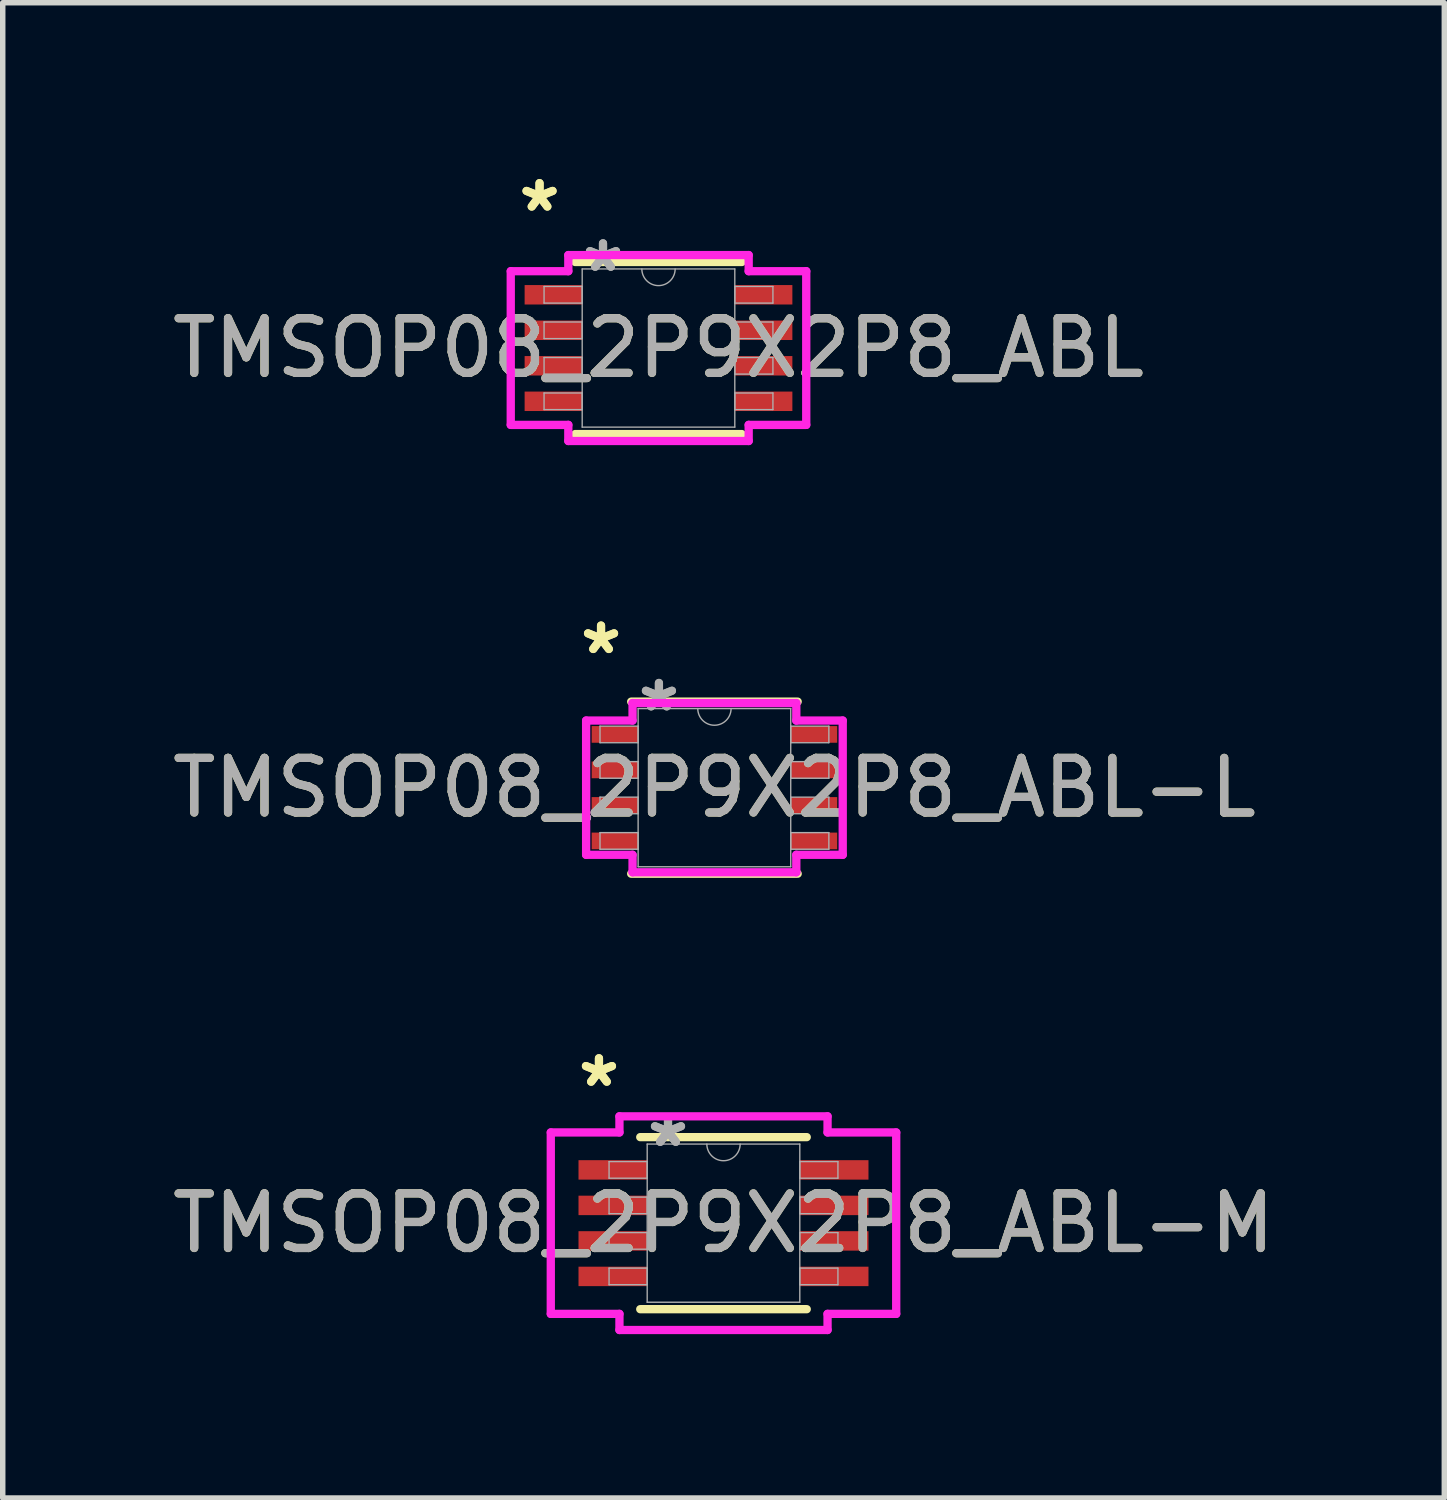
<source format=kicad_pcb>
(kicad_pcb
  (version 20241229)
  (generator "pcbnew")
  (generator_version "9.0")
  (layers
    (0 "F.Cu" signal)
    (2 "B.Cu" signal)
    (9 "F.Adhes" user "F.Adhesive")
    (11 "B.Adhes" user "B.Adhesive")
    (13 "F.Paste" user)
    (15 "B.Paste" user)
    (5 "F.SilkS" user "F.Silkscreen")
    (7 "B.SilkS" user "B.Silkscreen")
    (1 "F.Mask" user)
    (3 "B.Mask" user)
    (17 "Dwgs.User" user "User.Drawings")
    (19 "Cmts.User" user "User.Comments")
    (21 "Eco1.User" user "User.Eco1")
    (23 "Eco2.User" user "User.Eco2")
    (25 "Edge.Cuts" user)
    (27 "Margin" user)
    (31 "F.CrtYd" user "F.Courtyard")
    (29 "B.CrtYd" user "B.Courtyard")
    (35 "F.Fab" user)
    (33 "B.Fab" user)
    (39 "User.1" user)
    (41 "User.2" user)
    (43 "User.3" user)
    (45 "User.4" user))
  (footprint "TMSOP08_2P9X2P8_ABL-M"
    (layer "F.Cu")
    (at 10.196 19.344)
    (property "Reference" "TMSOP08_2P9X2P8_ABL-M" (at 0 0 0) (unlocked yes) (layer "F.SilkS") (effects (font (size 1 1) (thickness 0.15))))
    (attr smd)
    (fp_line (start -1.524 1.575) (end 1.524 1.575) (stroke (width 0.152) (type solid)) (layer "F.SilkS"))
    (fp_line (start 1.524 -1.575) (end -1.524 -1.575) (stroke (width 0.152) (type solid)) (layer "F.SilkS"))
    (fp_line (start -3.162 -1.661) (end -1.905 -1.661) (stroke (width 0.152) (type solid)) (layer "F.CrtYd"))
    (fp_line (start -3.162 1.661) (end -3.162 -1.661) (stroke (width 0.152) (type solid)) (layer "F.CrtYd"))
    (fp_line (start -3.162 1.661) (end -1.905 1.661) (stroke (width 0.152) (type solid)) (layer "F.CrtYd"))
    (fp_line (start -1.905 -1.956) (end 1.905 -1.956) (stroke (width 0.152) (type solid)) (layer "F.CrtYd"))
    (fp_line (start -1.905 -1.661) (end -1.905 -1.956) (stroke (width 0.152) (type solid)) (layer "F.CrtYd"))
    (fp_line (start -1.905 1.956) (end -1.905 1.661) (stroke (width 0.152) (type solid)) (layer "F.CrtYd"))
    (fp_line (start 1.905 -1.956) (end 1.905 -1.661) (stroke (width 0.152) (type solid)) (layer "F.CrtYd"))
    (fp_line (start 1.905 1.661) (end 1.905 1.956) (stroke (width 0.152) (type solid)) (layer "F.CrtYd"))
    (fp_line (start 1.905 1.956) (end -1.905 1.956) (stroke (width 0.152) (type solid)) (layer "F.CrtYd"))
    (fp_line (start 3.162 -1.661) (end 1.905 -1.661) (stroke (width 0.152) (type solid)) (layer "F.CrtYd"))
    (fp_line (start 3.162 -1.661) (end 3.162 1.661) (stroke (width 0.152) (type solid)) (layer "F.CrtYd"))
    (fp_line (start 3.162 1.661) (end 1.905 1.661) (stroke (width 0.152) (type solid)) (layer "F.CrtYd"))
    (fp_line (start -2.095 -1.127) (end -2.095 -0.823) (stroke (width 0.025) (type solid)) (layer "F.Fab"))
    (fp_line (start -2.095 -0.823) (end -1.397 -0.823) (stroke (width 0.025) (type solid)) (layer "F.Fab"))
    (fp_line (start -2.095 -0.477) (end -2.095 -0.173) (stroke (width 0.025) (type solid)) (layer "F.Fab"))
    (fp_line (start -2.095 -0.173) (end -1.397 -0.173) (stroke (width 0.025) (type solid)) (layer "F.Fab"))
    (fp_line (start -2.095 0.173) (end -2.095 0.477) (stroke (width 0.025) (type solid)) (layer "F.Fab"))
    (fp_line (start -2.095 0.477) (end -1.397 0.477) (stroke (width 0.025) (type solid)) (layer "F.Fab"))
    (fp_line (start -2.095 0.823) (end -2.095 1.127) (stroke (width 0.025) (type solid)) (layer "F.Fab"))
    (fp_line (start -2.095 1.127) (end -1.397 1.127) (stroke (width 0.025) (type solid)) (layer "F.Fab"))
    (fp_line (start -1.397 -1.448) (end -1.397 1.448) (stroke (width 0.025) (type solid)) (layer "F.Fab"))
    (fp_line (start -1.397 -1.127) (end -2.095 -1.127) (stroke (width 0.025) (type solid)) (layer "F.Fab"))
    (fp_line (start -1.397 -0.823) (end -1.397 -1.127) (stroke (width 0.025) (type solid)) (layer "F.Fab"))
    (fp_line (start -1.397 -0.477) (end -2.095 -0.477) (stroke (width 0.025) (type solid)) (layer "F.Fab"))
    (fp_line (start -1.397 -0.173) (end -1.397 -0.477) (stroke (width 0.025) (type solid)) (layer "F.Fab"))
    (fp_line (start -1.397 0.173) (end -2.095 0.173) (stroke (width 0.025) (type solid)) (layer "F.Fab"))
    (fp_line (start -1.397 0.477) (end -1.397 0.173) (stroke (width 0.025) (type solid)) (layer "F.Fab"))
    (fp_line (start -1.397 0.823) (end -2.095 0.823) (stroke (width 0.025) (type solid)) (layer "F.Fab"))
    (fp_line (start -1.397 1.127) (end -1.397 0.823) (stroke (width 0.025) (type solid)) (layer "F.Fab"))
    (fp_line (start -1.397 1.448) (end 1.397 1.448) (stroke (width 0.025) (type solid)) (layer "F.Fab"))
    (fp_line (start 1.397 -1.448) (end -1.397 -1.448) (stroke (width 0.025) (type solid)) (layer "F.Fab"))
    (fp_line (start 1.397 -1.127) (end 1.397 -0.823) (stroke (width 0.025) (type solid)) (layer "F.Fab"))
    (fp_line (start 1.397 -0.823) (end 2.095 -0.823) (stroke (width 0.025) (type solid)) (layer "F.Fab"))
    (fp_line (start 1.397 -0.477) (end 1.397 -0.173) (stroke (width 0.025) (type solid)) (layer "F.Fab"))
    (fp_line (start 1.397 -0.173) (end 2.095 -0.173) (stroke (width 0.025) (type solid)) (layer "F.Fab"))
    (fp_line (start 1.397 0.173) (end 1.397 0.477) (stroke (width 0.025) (type solid)) (layer "F.Fab"))
    (fp_line (start 1.397 0.477) (end 2.095 0.477) (stroke (width 0.025) (type solid)) (layer "F.Fab"))
    (fp_line (start 1.397 0.823) (end 1.397 1.127) (stroke (width 0.025) (type solid)) (layer "F.Fab"))
    (fp_line (start 1.397 1.127) (end 2.095 1.127) (stroke (width 0.025) (type solid)) (layer "F.Fab"))
    (fp_line (start 1.397 1.448) (end 1.397 -1.448) (stroke (width 0.025) (type solid)) (layer "F.Fab"))
    (fp_line (start 2.095 -1.127) (end 1.397 -1.127) (stroke (width 0.025) (type solid)) (layer "F.Fab"))
    (fp_line (start 2.095 -0.823) (end 2.095 -1.127) (stroke (width 0.025) (type solid)) (layer "F.Fab"))
    (fp_line (start 2.095 -0.477) (end 1.397 -0.477) (stroke (width 0.025) (type solid)) (layer "F.Fab"))
    (fp_line (start 2.095 -0.173) (end 2.095 -0.477) (stroke (width 0.025) (type solid)) (layer "F.Fab"))
    (fp_line (start 2.095 0.173) (end 1.397 0.173) (stroke (width 0.025) (type solid)) (layer "F.Fab"))
    (fp_line (start 2.095 0.477) (end 2.095 0.173) (stroke (width 0.025) (type solid)) (layer "F.Fab"))
    (fp_line (start 2.095 0.823) (end 1.397 0.823) (stroke (width 0.025) (type solid)) (layer "F.Fab"))
    (fp_line (start 2.095 1.127) (end 2.095 0.823) (stroke (width 0.025) (type solid)) (layer "F.Fab"))
    (fp_arc (start 0.3048 -1.4478) (mid 0 -1.143) (end -0.3048 -1.4478) (stroke (width 0.0254) (type solid)) (layer "F.Fab"))
    (fp_text user "*" (at -2.28 -2.474 0) (layer "F.SilkS") (effects (font (size 1 1) (thickness 0.15))))
    (fp_text user "*" (at -2.28 -2.474 0) (unlocked yes) (layer "F.SilkS") (effects (font (size 1 1) (thickness 0.15))))
    (fp_text user "${REFERENCE}" (at 0 0 0) (unlocked yes) (layer "F.Fab") (effects (font (size 1 1) (thickness 0.15))))
    (fp_text user "*" (at -1.016 -1.372 0) (unlocked yes) (layer "F.Fab") (effects (font (size 1 1) (thickness 0.15))))
    (fp_text user "*" (at -1.016 -1.372 0) (layer "F.Fab") (effects (font (size 1 1) (thickness 0.15))))
    (pad "1" smd rect (at -2.026 -0.975) (size 1.257 0.356) (layers "F.Cu" "F.Mask" "F.Paste"))
    (pad "2" smd rect (at -2.026 -0.325) (size 1.257 0.356) (layers "F.Cu" "F.Mask" "F.Paste"))
    (pad "3" smd rect (at -2.026 0.325) (size 1.257 0.356) (layers "F.Cu" "F.Mask" "F.Paste"))
    (pad "4" smd rect (at -2.026 0.975) (size 1.257 0.356) (layers "F.Cu" "F.Mask" "F.Paste"))
    (pad "5" smd rect (at 2.026 0.975) (size 1.257 0.356) (layers "F.Cu" "F.Mask" "F.Paste"))
    (pad "6" smd rect (at 2.026 0.325) (size 1.257 0.356) (layers "F.Cu" "F.Mask" "F.Paste"))
    (pad "7" smd rect (at 2.026 -0.325) (size 1.257 0.356) (layers "F.Cu" "F.Mask" "F.Paste"))
    (pad "8" smd rect (at 2.026 -0.975) (size 1.257 0.356) (layers "F.Cu" "F.Mask" "F.Paste")))
  (footprint "TMSOP08_2P9X2P8_ABL-L"
    (layer "F.Cu")
    (at 10.03 11.371)
    (property "Reference" "TMSOP08_2P9X2P8_ABL-L" (at 0 0 0) (unlocked yes) (layer "F.SilkS") (effects (font (size 1 1) (thickness 0.15))))
    (attr smd)
    (fp_line (start -1.524 1.575) (end 1.524 1.575) (stroke (width 0.152) (type solid)) (layer "F.SilkS"))
    (fp_line (start 1.524 -1.575) (end -1.524 -1.575) (stroke (width 0.152) (type solid)) (layer "F.SilkS"))
    (fp_line (start -2.349 -1.229) (end -1.499 -1.229) (stroke (width 0.152) (type solid)) (layer "F.CrtYd"))
    (fp_line (start -2.349 1.229) (end -2.349 -1.229) (stroke (width 0.152) (type solid)) (layer "F.CrtYd"))
    (fp_line (start -2.349 1.229) (end -1.499 1.229) (stroke (width 0.152) (type solid)) (layer "F.CrtYd"))
    (fp_line (start -1.499 -1.549) (end 1.499 -1.549) (stroke (width 0.152) (type solid)) (layer "F.CrtYd"))
    (fp_line (start -1.499 -1.229) (end -1.499 -1.549) (stroke (width 0.152) (type solid)) (layer "F.CrtYd"))
    (fp_line (start -1.499 1.549) (end -1.499 1.229) (stroke (width 0.152) (type solid)) (layer "F.CrtYd"))
    (fp_line (start 1.499 -1.549) (end 1.499 -1.229) (stroke (width 0.152) (type solid)) (layer "F.CrtYd"))
    (fp_line (start 1.499 1.229) (end 1.499 1.549) (stroke (width 0.152) (type solid)) (layer "F.CrtYd"))
    (fp_line (start 1.499 1.549) (end -1.499 1.549) (stroke (width 0.152) (type solid)) (layer "F.CrtYd"))
    (fp_line (start 2.349 -1.229) (end 1.499 -1.229) (stroke (width 0.152) (type solid)) (layer "F.CrtYd"))
    (fp_line (start 2.349 -1.229) (end 2.349 1.229) (stroke (width 0.152) (type solid)) (layer "F.CrtYd"))
    (fp_line (start 2.349 1.229) (end 1.499 1.229) (stroke (width 0.152) (type solid)) (layer "F.CrtYd"))
    (fp_line (start -2.095 -1.127) (end -2.095 -0.823) (stroke (width 0.025) (type solid)) (layer "F.Fab"))
    (fp_line (start -2.095 -0.823) (end -1.397 -0.823) (stroke (width 0.025) (type solid)) (layer "F.Fab"))
    (fp_line (start -2.095 -0.477) (end -2.095 -0.173) (stroke (width 0.025) (type solid)) (layer "F.Fab"))
    (fp_line (start -2.095 -0.173) (end -1.397 -0.173) (stroke (width 0.025) (type solid)) (layer "F.Fab"))
    (fp_line (start -2.095 0.173) (end -2.095 0.477) (stroke (width 0.025) (type solid)) (layer "F.Fab"))
    (fp_line (start -2.095 0.477) (end -1.397 0.477) (stroke (width 0.025) (type solid)) (layer "F.Fab"))
    (fp_line (start -2.095 0.823) (end -2.095 1.127) (stroke (width 0.025) (type solid)) (layer "F.Fab"))
    (fp_line (start -2.095 1.127) (end -1.397 1.127) (stroke (width 0.025) (type solid)) (layer "F.Fab"))
    (fp_line (start -1.397 -1.448) (end -1.397 1.448) (stroke (width 0.025) (type solid)) (layer "F.Fab"))
    (fp_line (start -1.397 -1.127) (end -2.095 -1.127) (stroke (width 0.025) (type solid)) (layer "F.Fab"))
    (fp_line (start -1.397 -0.823) (end -1.397 -1.127) (stroke (width 0.025) (type solid)) (layer "F.Fab"))
    (fp_line (start -1.397 -0.477) (end -2.095 -0.477) (stroke (width 0.025) (type solid)) (layer "F.Fab"))
    (fp_line (start -1.397 -0.173) (end -1.397 -0.477) (stroke (width 0.025) (type solid)) (layer "F.Fab"))
    (fp_line (start -1.397 0.173) (end -2.095 0.173) (stroke (width 0.025) (type solid)) (layer "F.Fab"))
    (fp_line (start -1.397 0.477) (end -1.397 0.173) (stroke (width 0.025) (type solid)) (layer "F.Fab"))
    (fp_line (start -1.397 0.823) (end -2.095 0.823) (stroke (width 0.025) (type solid)) (layer "F.Fab"))
    (fp_line (start -1.397 1.127) (end -1.397 0.823) (stroke (width 0.025) (type solid)) (layer "F.Fab"))
    (fp_line (start -1.397 1.448) (end 1.397 1.448) (stroke (width 0.025) (type solid)) (layer "F.Fab"))
    (fp_line (start 1.397 -1.448) (end -1.397 -1.448) (stroke (width 0.025) (type solid)) (layer "F.Fab"))
    (fp_line (start 1.397 -1.127) (end 1.397 -0.823) (stroke (width 0.025) (type solid)) (layer "F.Fab"))
    (fp_line (start 1.397 -0.823) (end 2.095 -0.823) (stroke (width 0.025) (type solid)) (layer "F.Fab"))
    (fp_line (start 1.397 -0.477) (end 1.397 -0.173) (stroke (width 0.025) (type solid)) (layer "F.Fab"))
    (fp_line (start 1.397 -0.173) (end 2.095 -0.173) (stroke (width 0.025) (type solid)) (layer "F.Fab"))
    (fp_line (start 1.397 0.173) (end 1.397 0.477) (stroke (width 0.025) (type solid)) (layer "F.Fab"))
    (fp_line (start 1.397 0.477) (end 2.095 0.477) (stroke (width 0.025) (type solid)) (layer "F.Fab"))
    (fp_line (start 1.397 0.823) (end 1.397 1.127) (stroke (width 0.025) (type solid)) (layer "F.Fab"))
    (fp_line (start 1.397 1.127) (end 2.095 1.127) (stroke (width 0.025) (type solid)) (layer "F.Fab"))
    (fp_line (start 1.397 1.448) (end 1.397 -1.448) (stroke (width 0.025) (type solid)) (layer "F.Fab"))
    (fp_line (start 2.095 -1.127) (end 1.397 -1.127) (stroke (width 0.025) (type solid)) (layer "F.Fab"))
    (fp_line (start 2.095 -0.823) (end 2.095 -1.127) (stroke (width 0.025) (type solid)) (layer "F.Fab"))
    (fp_line (start 2.095 -0.477) (end 1.397 -0.477) (stroke (width 0.025) (type solid)) (layer "F.Fab"))
    (fp_line (start 2.095 -0.173) (end 2.095 -0.477) (stroke (width 0.025) (type solid)) (layer "F.Fab"))
    (fp_line (start 2.095 0.173) (end 1.397 0.173) (stroke (width 0.025) (type solid)) (layer "F.Fab"))
    (fp_line (start 2.095 0.477) (end 2.095 0.173) (stroke (width 0.025) (type solid)) (layer "F.Fab"))
    (fp_line (start 2.095 0.823) (end 1.397 0.823) (stroke (width 0.025) (type solid)) (layer "F.Fab"))
    (fp_line (start 2.095 1.127) (end 2.095 0.823) (stroke (width 0.025) (type solid)) (layer "F.Fab"))
    (fp_arc (start 0.3048 -1.4478) (mid 0 -1.143) (end -0.3048 -1.4478) (stroke (width 0.0254) (type solid)) (layer "F.Fab"))
    (fp_text user "*" (at -2.076 -2.423 0) (layer "F.SilkS") (effects (font (size 1 1) (thickness 0.15))))
    (fp_text user "*" (at -2.076 -2.423 0) (unlocked yes) (layer "F.SilkS") (effects (font (size 1 1) (thickness 0.15))))
    (fp_text user "${REFERENCE}" (at 0 0 0) (unlocked yes) (layer "F.Fab") (effects (font (size 1 1) (thickness 0.15))))
    (fp_text user "*" (at -1.016 -1.372 0) (unlocked yes) (layer "F.Fab") (effects (font (size 1 1) (thickness 0.15))))
    (fp_text user "*" (at -1.016 -1.372 0) (layer "F.Fab") (effects (font (size 1 1) (thickness 0.15))))
    (pad "1" smd rect (at -1.822 -0.975) (size 0.851 0.305) (layers "F.Cu" "F.Mask" "F.Paste"))
    (pad "2" smd rect (at -1.822 -0.325) (size 0.851 0.305) (layers "F.Cu" "F.Mask" "F.Paste"))
    (pad "3" smd rect (at -1.822 0.325) (size 0.851 0.305) (layers "F.Cu" "F.Mask" "F.Paste"))
    (pad "4" smd rect (at -1.822 0.975) (size 0.851 0.305) (layers "F.Cu" "F.Mask" "F.Paste"))
    (pad "5" smd rect (at 1.822 0.975) (size 0.851 0.305) (layers "F.Cu" "F.Mask" "F.Paste"))
    (pad "6" smd rect (at 1.822 0.325) (size 0.851 0.305) (layers "F.Cu" "F.Mask" "F.Paste"))
    (pad "7" smd rect (at 1.822 -0.325) (size 0.851 0.305) (layers "F.Cu" "F.Mask" "F.Paste"))
    (pad "8" smd rect (at 1.822 -0.975) (size 0.851 0.305) (layers "F.Cu" "F.Mask" "F.Paste")))
  (footprint "TMSOP08_2P9X2P8_ABL"
    (layer "F.Cu")
    (at 9.006 3.322)
    (property "Reference" "TMSOP08_2P9X2P8_ABL" (at 0 0 0) (unlocked yes) (layer "F.SilkS") (effects (font (size 1 1) (thickness 0.15))))
    (attr smd)
    (fp_line (start -1.524 1.575) (end 1.524 1.575) (stroke (width 0.152) (type solid)) (layer "F.SilkS"))
    (fp_line (start 1.524 -1.575) (end -1.524 -1.575) (stroke (width 0.152) (type solid)) (layer "F.SilkS"))
    (fp_line (start -2.705 -1.407) (end -1.651 -1.407) (stroke (width 0.152) (type solid)) (layer "F.CrtYd"))
    (fp_line (start -2.705 1.407) (end -2.705 -1.407) (stroke (width 0.152) (type solid)) (layer "F.CrtYd"))
    (fp_line (start -2.705 1.407) (end -1.651 1.407) (stroke (width 0.152) (type solid)) (layer "F.CrtYd"))
    (fp_line (start -1.651 -1.702) (end 1.651 -1.702) (stroke (width 0.152) (type solid)) (layer "F.CrtYd"))
    (fp_line (start -1.651 -1.407) (end -1.651 -1.702) (stroke (width 0.152) (type solid)) (layer "F.CrtYd"))
    (fp_line (start -1.651 1.702) (end -1.651 1.407) (stroke (width 0.152) (type solid)) (layer "F.CrtYd"))
    (fp_line (start 1.651 -1.702) (end 1.651 -1.407) (stroke (width 0.152) (type solid)) (layer "F.CrtYd"))
    (fp_line (start 1.651 1.407) (end 1.651 1.702) (stroke (width 0.152) (type solid)) (layer "F.CrtYd"))
    (fp_line (start 1.651 1.702) (end -1.651 1.702) (stroke (width 0.152) (type solid)) (layer "F.CrtYd"))
    (fp_line (start 2.705 -1.407) (end 1.651 -1.407) (stroke (width 0.152) (type solid)) (layer "F.CrtYd"))
    (fp_line (start 2.705 -1.407) (end 2.705 1.407) (stroke (width 0.152) (type solid)) (layer "F.CrtYd"))
    (fp_line (start 2.705 1.407) (end 1.651 1.407) (stroke (width 0.152) (type solid)) (layer "F.CrtYd"))
    (fp_line (start -2.095 -1.127) (end -2.095 -0.823) (stroke (width 0.025) (type solid)) (layer "F.Fab"))
    (fp_line (start -2.095 -0.823) (end -1.397 -0.823) (stroke (width 0.025) (type solid)) (layer "F.Fab"))
    (fp_line (start -2.095 -0.477) (end -2.095 -0.173) (stroke (width 0.025) (type solid)) (layer "F.Fab"))
    (fp_line (start -2.095 -0.173) (end -1.397 -0.173) (stroke (width 0.025) (type solid)) (layer "F.Fab"))
    (fp_line (start -2.095 0.173) (end -2.095 0.477) (stroke (width 0.025) (type solid)) (layer "F.Fab"))
    (fp_line (start -2.095 0.477) (end -1.397 0.477) (stroke (width 0.025) (type solid)) (layer "F.Fab"))
    (fp_line (start -2.095 0.823) (end -2.095 1.127) (stroke (width 0.025) (type solid)) (layer "F.Fab"))
    (fp_line (start -2.095 1.127) (end -1.397 1.127) (stroke (width 0.025) (type solid)) (layer "F.Fab"))
    (fp_line (start -1.397 -1.448) (end -1.397 1.448) (stroke (width 0.025) (type solid)) (layer "F.Fab"))
    (fp_line (start -1.397 -1.127) (end -2.095 -1.127) (stroke (width 0.025) (type solid)) (layer "F.Fab"))
    (fp_line (start -1.397 -0.823) (end -1.397 -1.127) (stroke (width 0.025) (type solid)) (layer "F.Fab"))
    (fp_line (start -1.397 -0.477) (end -2.095 -0.477) (stroke (width 0.025) (type solid)) (layer "F.Fab"))
    (fp_line (start -1.397 -0.173) (end -1.397 -0.477) (stroke (width 0.025) (type solid)) (layer "F.Fab"))
    (fp_line (start -1.397 0.173) (end -2.095 0.173) (stroke (width 0.025) (type solid)) (layer "F.Fab"))
    (fp_line (start -1.397 0.477) (end -1.397 0.173) (stroke (width 0.025) (type solid)) (layer "F.Fab"))
    (fp_line (start -1.397 0.823) (end -2.095 0.823) (stroke (width 0.025) (type solid)) (layer "F.Fab"))
    (fp_line (start -1.397 1.127) (end -1.397 0.823) (stroke (width 0.025) (type solid)) (layer "F.Fab"))
    (fp_line (start -1.397 1.448) (end 1.397 1.448) (stroke (width 0.025) (type solid)) (layer "F.Fab"))
    (fp_line (start 1.397 -1.448) (end -1.397 -1.448) (stroke (width 0.025) (type solid)) (layer "F.Fab"))
    (fp_line (start 1.397 -1.127) (end 1.397 -0.823) (stroke (width 0.025) (type solid)) (layer "F.Fab"))
    (fp_line (start 1.397 -0.823) (end 2.095 -0.823) (stroke (width 0.025) (type solid)) (layer "F.Fab"))
    (fp_line (start 1.397 -0.477) (end 1.397 -0.173) (stroke (width 0.025) (type solid)) (layer "F.Fab"))
    (fp_line (start 1.397 -0.173) (end 2.095 -0.173) (stroke (width 0.025) (type solid)) (layer "F.Fab"))
    (fp_line (start 1.397 0.173) (end 1.397 0.477) (stroke (width 0.025) (type solid)) (layer "F.Fab"))
    (fp_line (start 1.397 0.477) (end 2.095 0.477) (stroke (width 0.025) (type solid)) (layer "F.Fab"))
    (fp_line (start 1.397 0.823) (end 1.397 1.127) (stroke (width 0.025) (type solid)) (layer "F.Fab"))
    (fp_line (start 1.397 1.127) (end 2.095 1.127) (stroke (width 0.025) (type solid)) (layer "F.Fab"))
    (fp_line (start 1.397 1.448) (end 1.397 -1.448) (stroke (width 0.025) (type solid)) (layer "F.Fab"))
    (fp_line (start 2.095 -1.127) (end 1.397 -1.127) (stroke (width 0.025) (type solid)) (layer "F.Fab"))
    (fp_line (start 2.095 -0.823) (end 2.095 -1.127) (stroke (width 0.025) (type solid)) (layer "F.Fab"))
    (fp_line (start 2.095 -0.477) (end 1.397 -0.477) (stroke (width 0.025) (type solid)) (layer "F.Fab"))
    (fp_line (start 2.095 -0.173) (end 2.095 -0.477) (stroke (width 0.025) (type solid)) (layer "F.Fab"))
    (fp_line (start 2.095 0.173) (end 1.397 0.173) (stroke (width 0.025) (type solid)) (layer "F.Fab"))
    (fp_line (start 2.095 0.477) (end 2.095 0.173) (stroke (width 0.025) (type solid)) (layer "F.Fab"))
    (fp_line (start 2.095 0.823) (end 1.397 0.823) (stroke (width 0.025) (type solid)) (layer "F.Fab"))
    (fp_line (start 2.095 1.127) (end 2.095 0.823) (stroke (width 0.025) (type solid)) (layer "F.Fab"))
    (fp_arc (start 0.3048 -1.4478) (mid 0 -1.143) (end -0.3048 -1.4478) (stroke (width 0.0254) (type solid)) (layer "F.Fab"))
    (fp_text user "*" (at -2.178 -2.474 0) (unlocked yes) (layer "F.SilkS") (effects (font (size 1 1) (thickness 0.15))))
    (fp_text user "*" (at -2.178 -2.474 0) (layer "F.SilkS") (effects (font (size 1 1) (thickness 0.15))))
    (fp_text user "*" (at -1.016 -1.372 0) (layer "F.Fab") (effects (font (size 1 1) (thickness 0.15))))
    (fp_text user "${REFERENCE}" (at 0 0 0) (unlocked yes) (layer "F.Fab") (effects (font (size 1 1) (thickness 0.15))))
    (fp_text user "*" (at -1.016 -1.372 0) (unlocked yes) (layer "F.Fab") (effects (font (size 1 1) (thickness 0.15))))
    (pad "1" smd rect (at -1.924 -0.975) (size 1.054 0.356) (layers "F.Cu" "F.Mask" "F.Paste"))
    (pad "2" smd rect (at -1.924 -0.325) (size 1.054 0.356) (layers "F.Cu" "F.Mask" "F.Paste"))
    (pad "3" smd rect (at -1.924 0.325) (size 1.054 0.356) (layers "F.Cu" "F.Mask" "F.Paste"))
    (pad "4" smd rect (at -1.924 0.975) (size 1.054 0.356) (layers "F.Cu" "F.Mask" "F.Paste"))
    (pad "5" smd rect (at 1.924 0.975) (size 1.054 0.356) (layers "F.Cu" "F.Mask" "F.Paste"))
    (pad "6" smd rect (at 1.924 0.325) (size 1.054 0.356) (layers "F.Cu" "F.Mask" "F.Paste"))
    (pad "7" smd rect (at 1.924 -0.325) (size 1.054 0.356) (layers "F.Cu" "F.Mask" "F.Paste"))
    (pad "8" smd rect (at 1.924 -0.975) (size 1.054 0.356) (layers "F.Cu" "F.Mask" "F.Paste")))
  (gr_rect
    (start -3 -3)
    (end 23.393 24.376)
    (stroke (width 0.1) (type default))
    (fill no)
    (layer "Edge.Cuts")))
</source>
